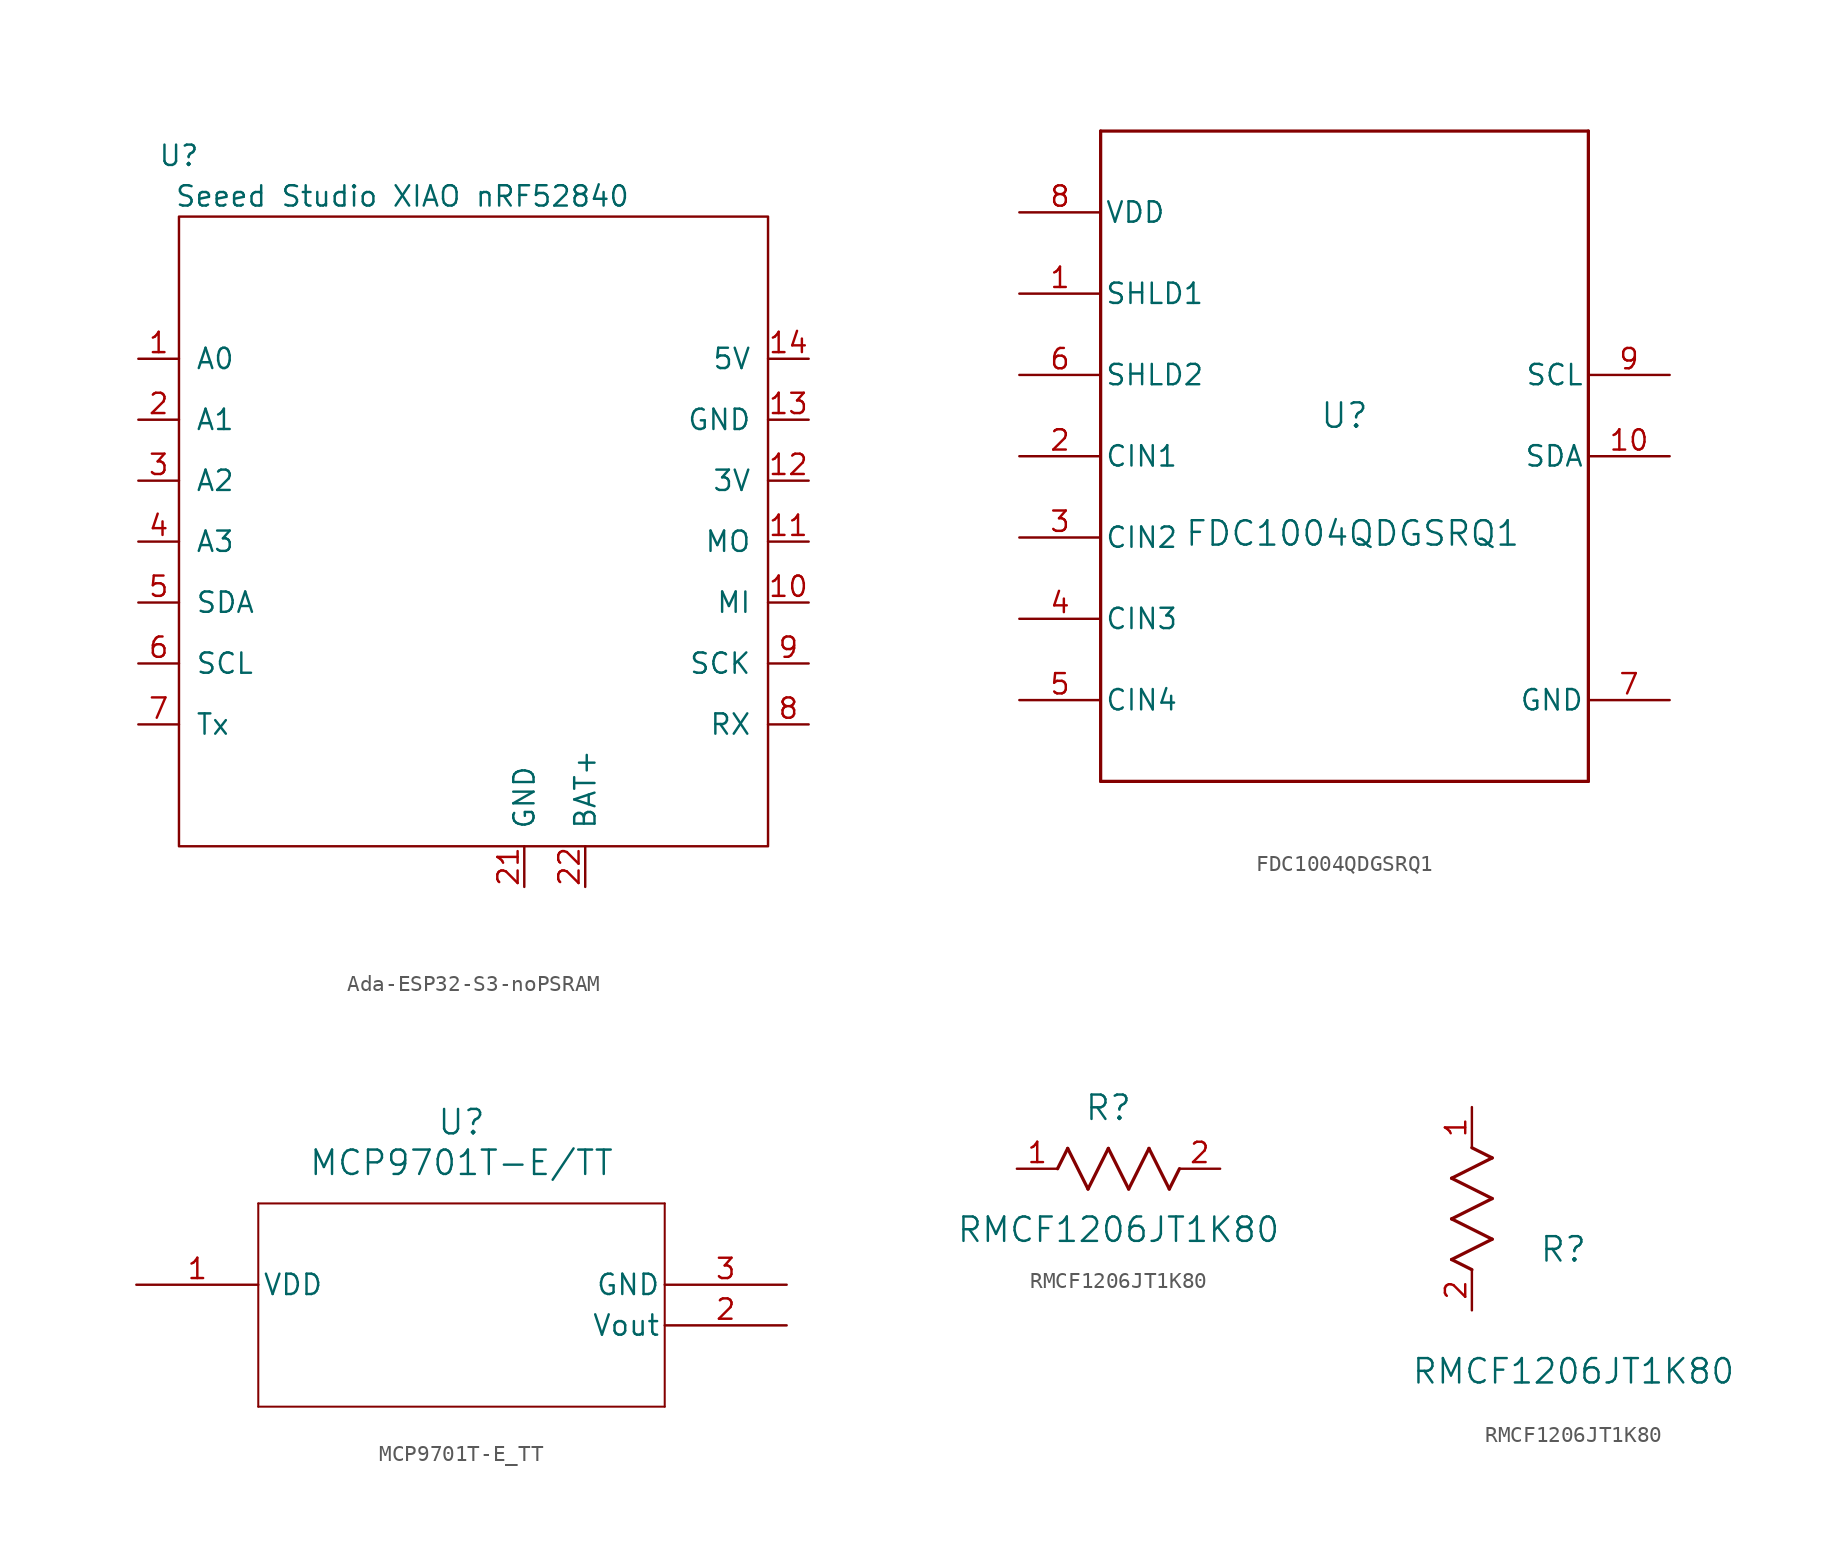
<source format=kicad_sym>
(kicad_symbol_lib
  (version 20231120)
  (generator "kicad_symbol_editor")
  (generator_version "8.0")
  (symbol "Ada-ESP32-S3-noPSRAM"
    (pin_names
      (offset 1.016))
    (property "Reference" "U"
      (at -19.05 24.13 0)
      (effects (font (size 1.27 1.27))))
    (property "Value" "Seeed Studio XIAO nRF52840"
      (at -5.08 21.59 0)
      (effects (font (size 1.27 1.27))))
    (symbol "Ada-ESP32-S3-noPSRAM_0_1"
      (rectangle (start -19.05 20.32) (end 17.78 -19.05) (stroke (width 0) (type default)) (fill (type none))))
    (symbol "Ada-ESP32-S3-noPSRAM_1_1"
      (pin bidirectional line (at -21.59 11.43 0) (length 2.54) (name "A0" (effects (font (size 1.27 1.27)))) (number "1" (effects (font (size 1.27 1.27)))))
      (pin bidirectional line (at 20.32 -3.81 180) (length 2.54) (name "MI" (effects (font (size 1.27 1.27)))) (number "10" (effects (font (size 1.27 1.27)))))
      (pin bidirectional line (at 20.32 0 180) (length 2.54) (name "MO" (effects (font (size 1.27 1.27)))) (number "11" (effects (font (size 1.27 1.27)))))
      (pin power_out line (at 20.32 3.81 180) (length 2.54) (name "3V" (effects (font (size 1.27 1.27)))) (number "12" (effects (font (size 1.27 1.27)))))
      (pin power_out line (at 20.32 7.62 180) (length 2.54) (name "GND" (effects (font (size 1.27 1.27)))) (number "13" (effects (font (size 1.27 1.27)))))
      (pin power_out line (at 20.32 11.43 180) (length 2.54) (name "5V" (effects (font (size 1.27 1.27)))) (number "14" (effects (font (size 1.27 1.27)))))
      (pin bidirectional line (at -21.59 7.62 0) (length 2.54) (name "A1" (effects (font (size 1.27 1.27)))) (number "2" (effects (font (size 1.27 1.27)))))
      (pin passive line (at 2.54 -21.59 90) (length 2.54) (name "GND" (effects (font (size 1.27 1.27)))) (number "21" (effects (font (size 1.27 1.27)))))
      (pin passive line (at 6.35 -21.59 90) (length 2.54) (name "BAT+" (effects (font (size 1.27 1.27)))) (number "22" (effects (font (size 1.27 1.27)))))
      (pin bidirectional line (at -21.59 3.81 0) (length 2.54) (name "A2" (effects (font (size 1.27 1.27)))) (number "3" (effects (font (size 1.27 1.27)))))
      (pin bidirectional line (at -21.59 0 0) (length 2.54) (name "A3" (effects (font (size 1.27 1.27)))) (number "4" (effects (font (size 1.27 1.27)))))
      (pin bidirectional line (at -21.59 -3.81 0) (length 2.54) (name "SDA" (effects (font (size 1.27 1.27)))) (number "5" (effects (font (size 1.27 1.27)))))
      (pin input line (at -21.59 -7.62 0) (length 2.54) (name "SCL" (effects (font (size 1.27 1.27)))) (number "6" (effects (font (size 1.27 1.27)))))
      (pin bidirectional line (at -21.59 -11.43 0) (length 2.54) (name "Tx" (effects (font (size 1.27 1.27)))) (number "7" (effects (font (size 1.27 1.27)))))
      (pin bidirectional line (at 20.32 -11.43 180) (length 2.54) (name "RX" (effects (font (size 1.27 1.27)))) (number "8" (effects (font (size 1.27 1.27)))))
      (pin bidirectional line (at 20.32 -7.62 180) (length 2.54) (name "SCK" (effects (font (size 1.27 1.27)))) (number "9" (effects (font (size 1.27 1.27)))))))
  (symbol "FDC1004QDGSRQ1"
    (pin_names
      (offset 0.254))
    (property "Reference" "U"
      (at 0 2.54 0)
      (effects (font (size 1.524 1.524))))
    (property "Value" "FDC1004QDGSRQ1"
      (at 0.508 -4.826 0)
      (effects (font (size 1.524 1.524))))
    (property "ki_locked" ""
      (at 0 0 0)
      (effects (font (size 1.27 1.27))))
    (symbol "FDC1004QDGSRQ1_0_1"
      (polyline (pts (xy -15.24 -20.32) (xy 15.24 -20.32)) (stroke (width 0.203) (type default)) (fill (type none)))
      (polyline (pts (xy -15.24 20.32) (xy -15.24 -20.32)) (stroke (width 0.203) (type default)) (fill (type none)))
      (polyline (pts (xy 15.24 -20.32) (xy 15.24 20.32)) (stroke (width 0.203) (type default)) (fill (type none)))
      (polyline (pts (xy 15.24 20.32) (xy -15.24 20.32)) (stroke (width 0.203) (type default)) (fill (type none)))
      (pin output line (at -20.32 10.16 0) (length 5.08) (name "SHLD1" (effects (font (size 1.27 1.27)))) (number "1" (effects (font (size 1.27 1.27)))))
      (pin bidirectional line (at 20.32 0 180) (length 5.08) (name "SDA" (effects (font (size 1.27 1.27)))) (number "10" (effects (font (size 1.27 1.27)))))
      (pin output line (at -20.32 5.08 0) (length 5.08) (name "SHLD2" (effects (font (size 1.27 1.27)))) (number "6" (effects (font (size 1.27 1.27)))))
      (pin power_in line (at 20.32 -15.24 180) (length 5.08) (name "GND" (effects (font (size 1.27 1.27)))) (number "7" (effects (font (size 1.27 1.27)))))
      (pin power_in line (at -20.32 15.24 0) (length 5.08) (name "VDD" (effects (font (size 1.27 1.27)))) (number "8" (effects (font (size 1.27 1.27)))))
      (pin input line (at 20.32 5.08 180) (length 5.08) (name "SCL" (effects (font (size 1.27 1.27)))) (number "9" (effects (font (size 1.27 1.27))))))
    (symbol "FDC1004QDGSRQ1_1_1"
      (pin output line (at -20.32 0 0) (length 5.08) (name "CIN1" (effects (font (size 1.27 1.27)))) (number "2" (effects (font (size 1.27 1.27)))))
      (pin output line (at -20.32 -5.08 0) (length 5.08) (name "CIN2" (effects (font (size 1.27 1.27)))) (number "3" (effects (font (size 1.27 1.27)))))
      (pin output line (at -20.32 -10.16 0) (length 5.08) (name "CIN3" (effects (font (size 1.27 1.27)))) (number "4" (effects (font (size 1.27 1.27)))))
      (pin output line (at -20.32 -15.24 0) (length 5.08) (name "CIN4" (effects (font (size 1.27 1.27)))) (number "5" (effects (font (size 1.27 1.27)))))))
  (symbol "MCP9701T-E_TT"
    (pin_names
      (offset 0.254))
    (property "Reference" "U"
      (at 20.32 10.16 0)
      (effects (font (size 1.524 1.524))))
    (property "Value" "MCP9701T-E/TT"
      (at 20.32 7.62 0)
      (effects (font (size 1.524 1.524))))
    (property "ki_locked" ""
      (at 0 0 0)
      (effects (font (size 1.27 1.27))))
    (symbol "MCP9701T-E_TT_0_1"
      (polyline (pts (xy 7.62 -7.62) (xy 33.02 -7.62)) (stroke (width 0.127) (type default)) (fill (type none)))
      (polyline (pts (xy 7.62 5.08) (xy 7.62 -7.62)) (stroke (width 0.127) (type default)) (fill (type none)))
      (polyline (pts (xy 33.02 -7.62) (xy 33.02 5.08)) (stroke (width 0.127) (type default)) (fill (type none)))
      (polyline (pts (xy 33.02 5.08) (xy 7.62 5.08)) (stroke (width 0.127) (type default)) (fill (type none))))
    (symbol "MCP9701T-E_TT_1_1"
      (pin power_in line (at 0 0 0) (length 7.62) (name "VDD" (effects (font (size 1.27 1.27)))) (number "1" (effects (font (size 1.27 1.27)))))
      (pin output line (at 40.64 -2.54 180) (length 7.62) (name "Vout" (effects (font (size 1.27 1.27)))) (number "2" (effects (font (size 1.27 1.27)))))
      (pin power_in line (at 40.64 0 180) (length 7.62) (name "GND" (effects (font (size 1.27 1.27)))) (number "3" (effects (font (size 1.27 1.27)))))))
  (symbol "RMCF1206JT1K80"
    (pin_names
      (offset 0.254))
    (property "Reference" "R"
      (at 5.715 3.81 0)
      (effects (font (size 1.524 1.524))))
    (property "Value" "RMCF1206JT1K80"
      (at 6.35 -3.81 0)
      (effects (font (size 1.524 1.524))))
    (property "ki_locked" ""
      (at 0 0 0)
      (effects (font (size 1.27 1.27))))
    (symbol "RMCF1206JT1K80_1_1"
      (polyline (pts (xy 2.54 0) (xy 3.175 1.27)) (stroke (width 0.203) (type default)) (fill (type none)))
      (polyline (pts (xy 3.175 1.27) (xy 4.445 -1.27)) (stroke (width 0.203) (type default)) (fill (type none)))
      (polyline (pts (xy 4.445 -1.27) (xy 5.715 1.27)) (stroke (width 0.203) (type default)) (fill (type none)))
      (polyline (pts (xy 5.715 1.27) (xy 6.985 -1.27)) (stroke (width 0.203) (type default)) (fill (type none)))
      (polyline (pts (xy 6.985 -1.27) (xy 8.255 1.27)) (stroke (width 0.203) (type default)) (fill (type none)))
      (polyline (pts (xy 8.255 1.27) (xy 9.525 -1.27)) (stroke (width 0.203) (type default)) (fill (type none)))
      (polyline (pts (xy 9.525 -1.27) (xy 10.16 0)) (stroke (width 0.203) (type default)) (fill (type none)))
      (pin passive line (at 0 0 0) (length 2.54) (name "" (effects (font (size 1.27 1.27)))) (number "1" (effects (font (size 1.27 1.27)))))
      (pin passive line (at 12.7 0 180) (length 2.54) (name "" (effects (font (size 1.27 1.27)))) (number "2" (effects (font (size 1.27 1.27))))))
    (symbol "RMCF1206JT1K80_1_2"
      (polyline (pts (xy -1.27 3.175) (xy 1.27 4.445)) (stroke (width 0.203) (type default)) (fill (type none)))
      (polyline (pts (xy -1.27 5.715) (xy 1.27 6.985)) (stroke (width 0.203) (type default)) (fill (type none)))
      (polyline (pts (xy -1.27 8.255) (xy 1.27 9.525)) (stroke (width 0.203) (type default)) (fill (type none)))
      (polyline (pts (xy 0 2.54) (xy -1.27 3.175)) (stroke (width 0.203) (type default)) (fill (type none)))
      (polyline (pts (xy 1.27 4.445) (xy -1.27 5.715)) (stroke (width 0.203) (type default)) (fill (type none)))
      (polyline (pts (xy 1.27 6.985) (xy -1.27 8.255)) (stroke (width 0.203) (type default)) (fill (type none)))
      (polyline (pts (xy 1.27 9.525) (xy 0 10.16)) (stroke (width 0.203) (type default)) (fill (type none)))
      (pin unspecified line (at 0 12.7 270) (length 2.54) (name "" (effects (font (size 1.27 1.27)))) (number "1" (effects (font (size 1.27 1.27)))))
      (pin unspecified line (at 0 0 90) (length 2.54) (name "" (effects (font (size 1.27 1.27)))) (number "2" (effects (font (size 1.27 1.27))))))))
</source>
